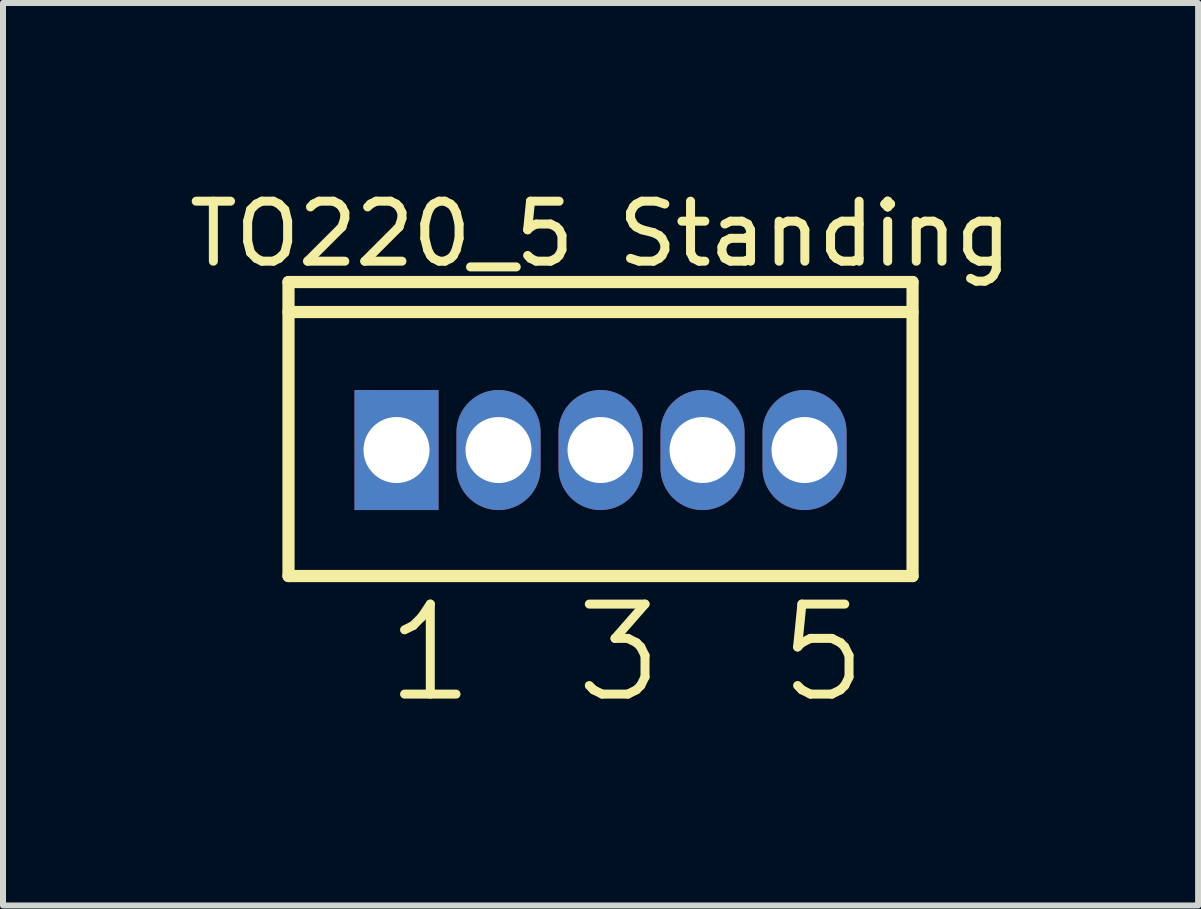
<source format=kicad_pcb>
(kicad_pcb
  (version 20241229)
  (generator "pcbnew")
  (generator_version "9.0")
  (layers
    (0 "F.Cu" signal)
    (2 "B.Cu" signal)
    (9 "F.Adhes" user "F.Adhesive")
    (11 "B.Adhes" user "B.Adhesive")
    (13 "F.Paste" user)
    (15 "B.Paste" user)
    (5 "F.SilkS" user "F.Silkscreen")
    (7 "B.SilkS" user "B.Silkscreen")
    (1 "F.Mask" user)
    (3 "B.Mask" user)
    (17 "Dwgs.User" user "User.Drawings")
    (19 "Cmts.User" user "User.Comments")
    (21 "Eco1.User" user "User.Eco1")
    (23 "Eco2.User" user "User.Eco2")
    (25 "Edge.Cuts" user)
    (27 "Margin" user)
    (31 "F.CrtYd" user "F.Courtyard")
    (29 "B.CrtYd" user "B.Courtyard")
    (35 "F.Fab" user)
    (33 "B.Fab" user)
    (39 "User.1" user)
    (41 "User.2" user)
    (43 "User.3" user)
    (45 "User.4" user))
  (footprint "TO220_5 Standing"
    (layer "F.Cu")
    (at 6.958 4.45)
    (property "Reference" "TO220_5 Standing" (at 0 -3.602 0) (layer "F.SilkS") (effects (font (size 1 1) (thickness 0.15))))
    (fp_line (start -5.2 -2.8) (end 5.2 -2.8) (stroke (width 0.203) (type solid)) (layer "F.SilkS"))
    (fp_line (start -5.2 -2.3) (end 5.2 -2.3) (stroke (width 0.203) (type solid)) (layer "F.SilkS"))
    (fp_line (start -5.2 2.1) (end -5.2 -2.8) (stroke (width 0.203) (type solid)) (layer "F.SilkS"))
    (fp_line (start -5.2 2.1) (end 5.2 2.1) (stroke (width 0.203) (type solid)) (layer "F.SilkS"))
    (fp_line (start 5.2 2.1) (end 5.2 -2.8) (stroke (width 0.203) (type solid)) (layer "F.SilkS"))
    (fp_text user "5" (at 2.9 4.259 0) (unlocked yes) (layer "F.SilkS") (effects (font (size 1.5 1.5) (thickness 0.15)) (justify left bottom)))
    (fp_text user "3" (at -0.5 4.259 0) (unlocked yes) (layer "F.SilkS") (effects (font (size 1.5 1.5) (thickness 0.15)) (justify left bottom)))
    (fp_text user "1" (at -3.65 4.259 0) (unlocked yes) (layer "F.SilkS") (effects (font (size 1.5 1.5) (thickness 0.15)) (justify left bottom)))
    (pad "1" thru_hole rect (at -3.4 0) (size 1.4 2) (drill 1.1) (layers "*.Cu" "*.Mask"))
    (pad "2" thru_hole oval (at -1.7 0) (size 1.4 2) (drill 1.1) (layers "*.Cu" "*.Mask"))
    (pad "3" thru_hole oval (at 0 0) (size 1.4 2) (drill 1.1) (layers "*.Cu" "*.Mask"))
    (pad "4" thru_hole oval (at 1.7 0) (size 1.4 2) (drill 1.1) (layers "*.Cu" "*.Mask"))
    (pad "5" thru_hole oval (at 3.4 0) (size 1.4 2) (drill 1.1) (layers "*.Cu" "*.Mask")))
  (gr_rect
    (start -3 -3)
    (end 16.917 12.04)
    (stroke (width 0.1) (type default))
    (fill no)
    (layer "Edge.Cuts")))
</source>
